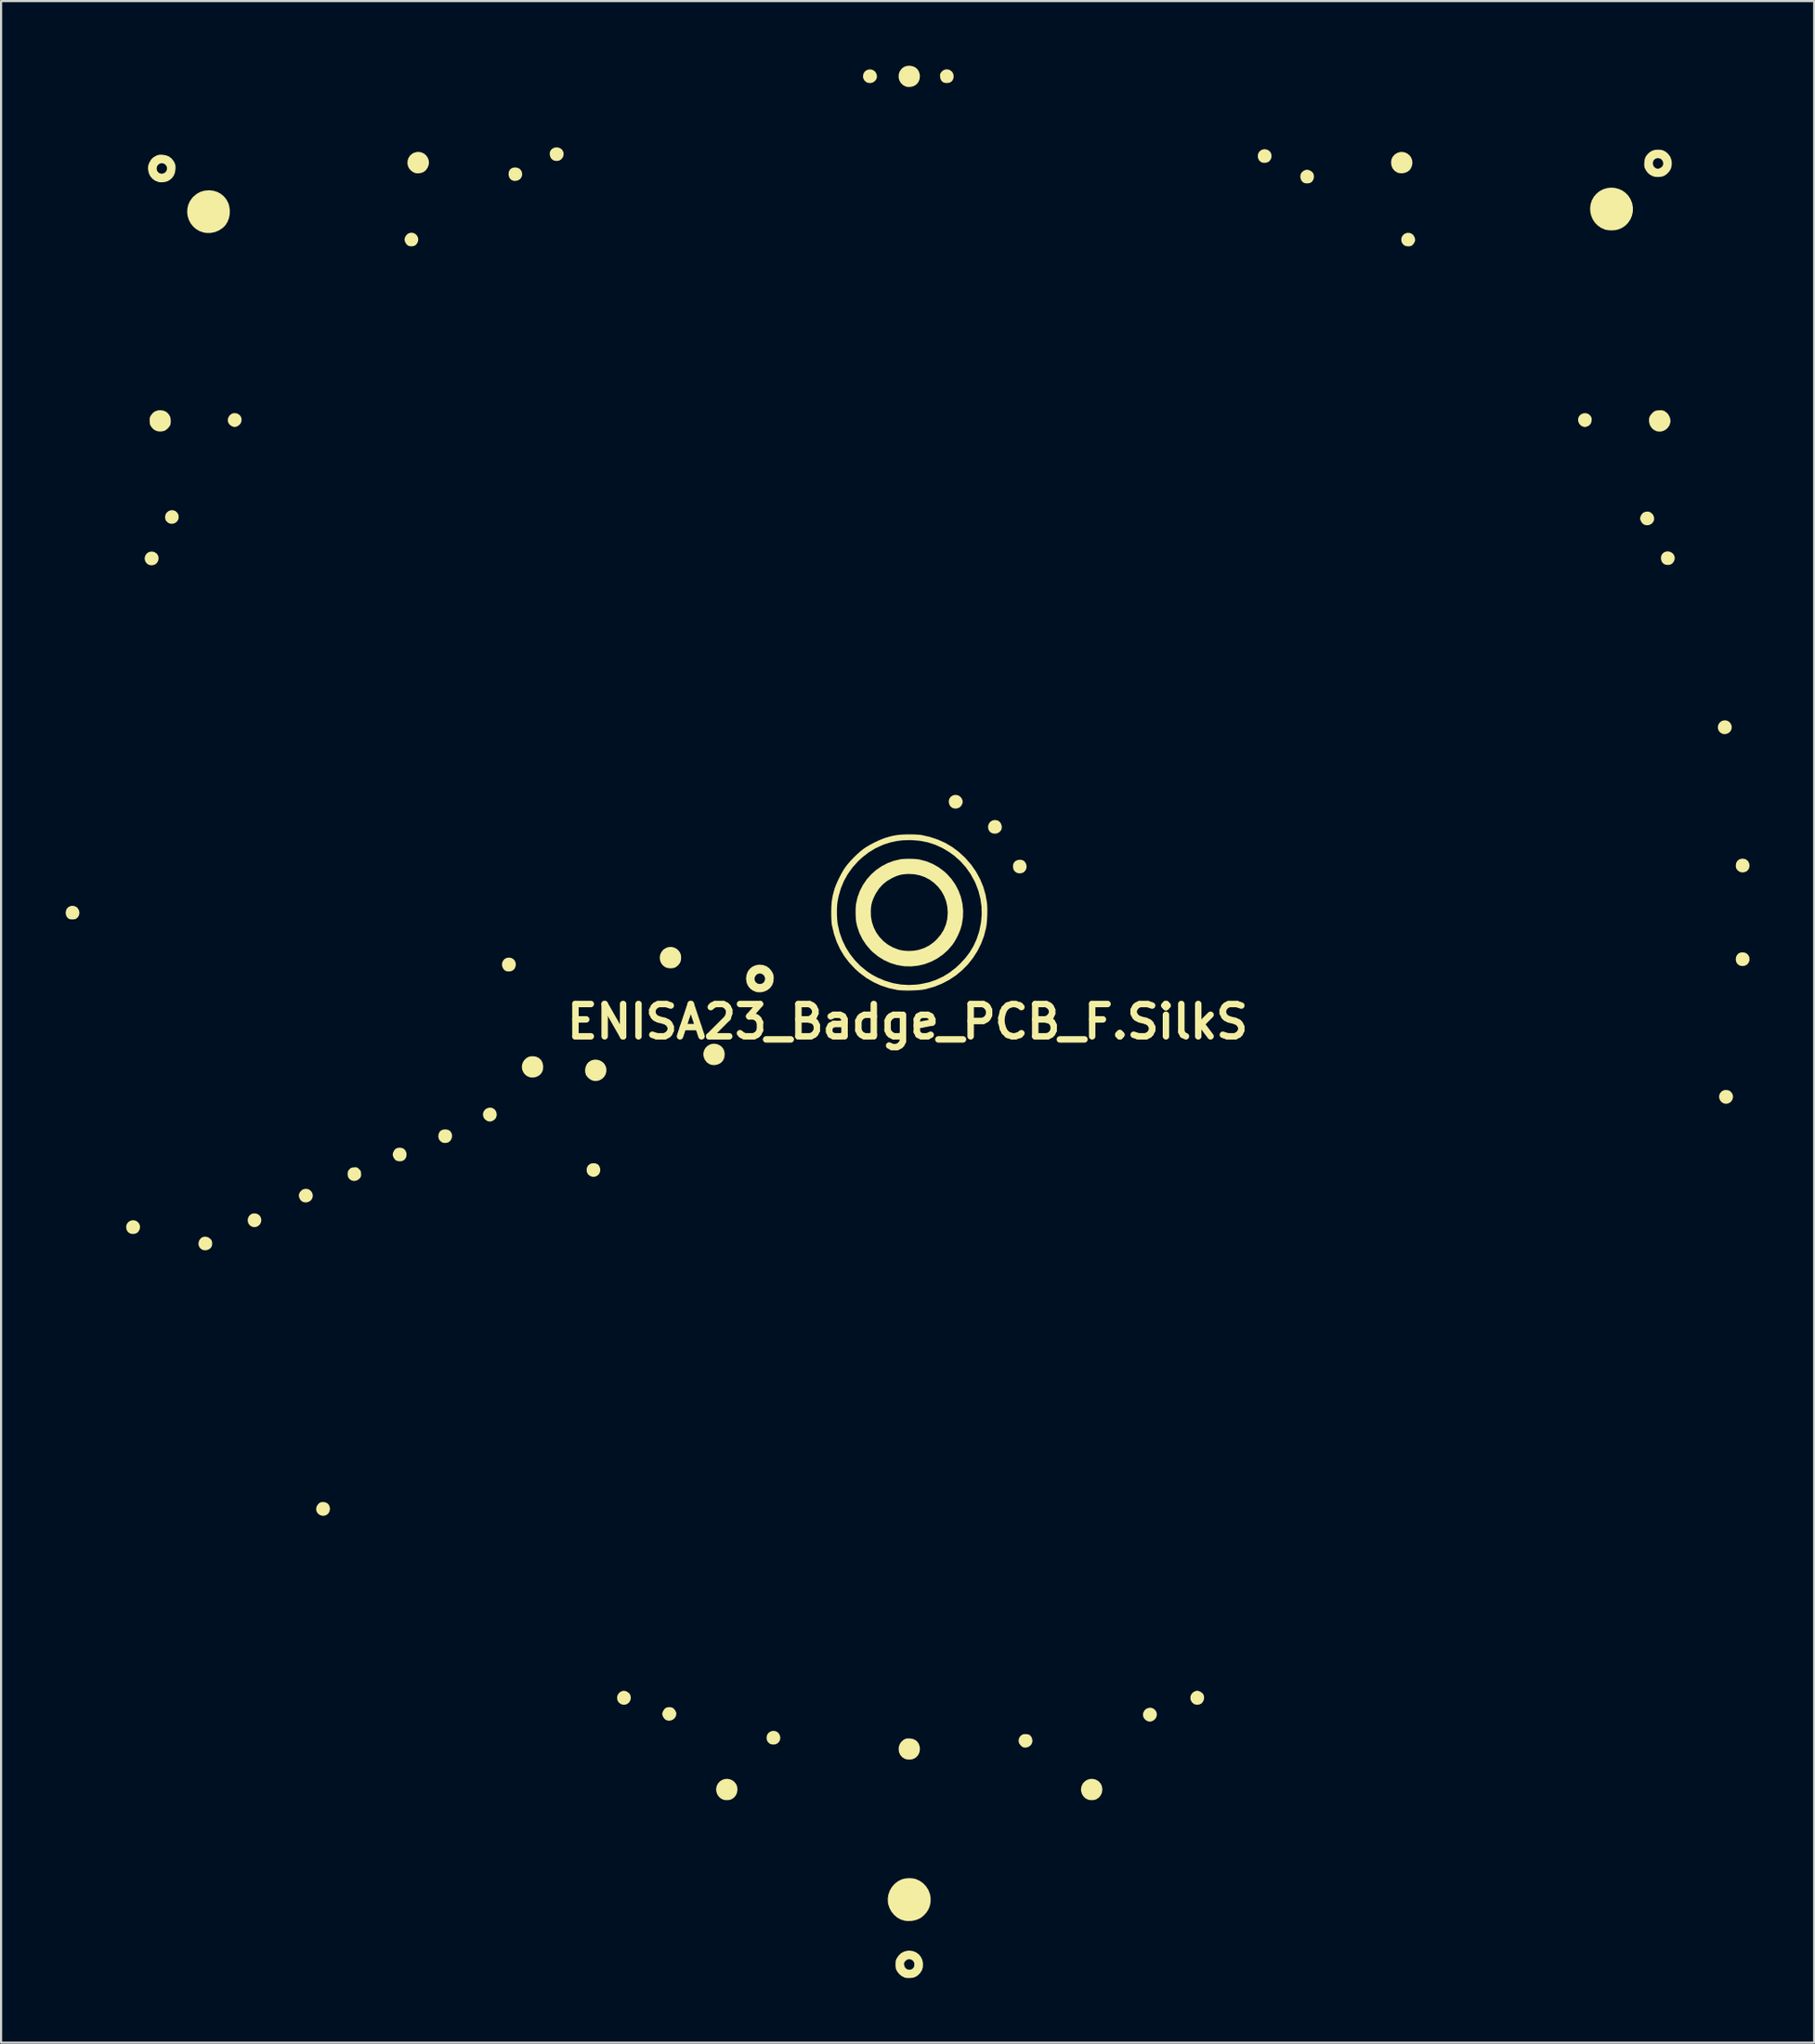
<source format=kicad_pcb>
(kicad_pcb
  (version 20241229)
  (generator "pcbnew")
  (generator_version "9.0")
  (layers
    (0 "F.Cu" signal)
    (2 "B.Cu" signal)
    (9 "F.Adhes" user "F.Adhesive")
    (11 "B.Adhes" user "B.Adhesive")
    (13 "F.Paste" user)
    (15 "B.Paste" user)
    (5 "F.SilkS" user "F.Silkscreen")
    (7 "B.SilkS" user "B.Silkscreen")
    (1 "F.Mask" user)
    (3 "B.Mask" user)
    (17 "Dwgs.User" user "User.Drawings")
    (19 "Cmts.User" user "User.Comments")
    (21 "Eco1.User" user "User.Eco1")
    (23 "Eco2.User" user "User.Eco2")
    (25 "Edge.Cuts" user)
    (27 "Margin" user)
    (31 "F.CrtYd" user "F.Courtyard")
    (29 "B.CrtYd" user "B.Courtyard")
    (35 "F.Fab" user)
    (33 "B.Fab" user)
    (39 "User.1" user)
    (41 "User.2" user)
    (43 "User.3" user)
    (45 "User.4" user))
  (footprint "ENISA23_Badge_PCB_F.SilkS"
    (layer "F.Cu")
    (at 39.106 44.38)
    (property "Reference" "ENISA23_Badge_PCB_F.SilkS" (at 0 0 0) (layer "F.SilkS") (effects (font (size 1.5 1.5) (thickness 0.3))))
    (attr board_only exclude_from_pos_files exclude_from_bom)
    (fp_poly (pts (xy -14.468 6.584) (xy -14.376 6.634) (xy -14.312 6.715) (xy -14.279 6.823) (xy -14.275 6.892) (xy -14.295 7) (xy -14.347 7.089) (xy -14.423 7.155) (xy -14.517 7.194) (xy -14.621 7.201) (xy -14.727 7.172) (xy -14.744 7.163) (xy -14.832 7.098) (xy -14.886 7.011) (xy -14.909 6.909) (xy -14.901 6.795) (xy -14.857 6.699) (xy -14.783 6.625) (xy -14.684 6.58) (xy -14.585 6.567)) (stroke (width 0) (type solid)) (fill yes) (layer "F.SilkS"))
    (fp_poly (pts (xy -35.857 9.236) (xy -35.796 9.269) (xy -35.711 9.348) (xy -35.664 9.444) (xy -35.653 9.533) (xy -35.671 9.645) (xy -35.728 9.742) (xy -35.781 9.795) (xy -35.859 9.836) (xy -35.956 9.853) (xy -36.058 9.846) (xy -36.148 9.813) (xy -36.155 9.809) (xy -36.233 9.738) (xy -36.281 9.64) (xy -36.297 9.528) (xy -36.278 9.422) (xy -36.227 9.334) (xy -36.152 9.268) (xy -36.06 9.227) (xy -35.959 9.215)) (stroke (width 0) (type solid)) (fill yes) (layer "F.SilkS"))
    (fp_poly (pts (xy -34.981 -21.801) (xy -34.891 -21.743) (xy -34.844 -21.691) (xy -34.8 -21.6) (xy -34.79 -21.497) (xy -34.811 -21.395) (xy -34.86 -21.305) (xy -34.935 -21.237) (xy -34.952 -21.228) (xy -35.066 -21.19) (xy -35.181 -21.192) (xy -35.272 -21.224) (xy -35.358 -21.292) (xy -35.414 -21.385) (xy -35.436 -21.494) (xy -35.435 -21.53) (xy -35.407 -21.638) (xy -35.351 -21.724) (xy -35.272 -21.785) (xy -35.179 -21.82) (xy -35.08 -21.826)) (stroke (width 0) (type solid)) (fill yes) (layer "F.SilkS"))
    (fp_poly (pts (xy -34.112 -23.743) (xy -34.02 -23.71) (xy -33.944 -23.652) (xy -33.887 -23.573) (xy -33.857 -23.478) (xy -33.859 -23.375) (xy -33.887 -23.289) (xy -33.949 -23.204) (xy -34.035 -23.145) (xy -34.135 -23.115) (xy -34.239 -23.117) (xy -34.331 -23.152) (xy -34.419 -23.221) (xy -34.47 -23.302) (xy -34.488 -23.403) (xy -34.488 -23.419) (xy -34.47 -23.537) (xy -34.416 -23.632) (xy -34.327 -23.704) (xy -34.319 -23.708) (xy -34.214 -23.744)) (stroke (width 0) (type solid)) (fill yes) (layer "F.SilkS"))
    (fp_poly (pts (xy -32.547 9.987) (xy -32.449 10.03) (xy -32.361 10.106) (xy -32.343 10.129) (xy -32.31 10.204) (xy -32.299 10.297) (xy -32.312 10.393) (xy -32.339 10.462) (xy -32.406 10.538) (xy -32.497 10.588) (xy -32.601 10.611) (xy -32.706 10.604) (xy -32.788 10.571) (xy -32.874 10.497) (xy -32.925 10.402) (xy -32.939 10.295) (xy -32.915 10.183) (xy -32.898 10.146) (xy -32.832 10.057) (xy -32.747 10.001) (xy -32.649 9.977)) (stroke (width 0) (type solid)) (fill yes) (layer "F.SilkS"))
    (fp_poly (pts (xy -30.227 8.916) (xy -30.131 8.967) (xy -30.062 9.047) (xy -30.024 9.151) (xy -30.018 9.215) (xy -30.037 9.324) (xy -30.088 9.414) (xy -30.163 9.483) (xy -30.255 9.525) (xy -30.356 9.536) (xy -30.459 9.512) (xy -30.5 9.491) (xy -30.582 9.42) (xy -30.632 9.333) (xy -30.651 9.238) (xy -30.642 9.141) (xy -30.607 9.052) (xy -30.548 8.976) (xy -30.467 8.922) (xy -30.365 8.898) (xy -30.344 8.897)) (stroke (width 0) (type solid)) (fill yes) (layer "F.SilkS"))
    (fp_poly (pts (xy -21.368 5.012) (xy -21.297 5.041) (xy -21.22 5.11) (xy -21.174 5.2) (xy -21.158 5.3) (xy -21.173 5.403) (xy -21.218 5.499) (xy -21.294 5.578) (xy -21.376 5.616) (xy -21.475 5.63) (xy -21.574 5.619) (xy -21.629 5.597) (xy -21.72 5.526) (xy -21.778 5.433) (xy -21.799 5.324) (xy -21.799 5.323) (xy -21.782 5.206) (xy -21.734 5.109) (xy -21.662 5.042) (xy -21.574 5.009) (xy -21.47 4.999)) (stroke (width 0) (type solid)) (fill yes) (layer "F.SilkS"))
    (fp_poly (pts (xy -16.186 -40.571) (xy -16.093 -40.521) (xy -16.024 -40.446) (xy -15.984 -40.354) (xy -15.977 -40.25) (xy -16.006 -40.143) (xy -16.021 -40.115) (xy -16.093 -40.029) (xy -16.186 -39.975) (xy -16.293 -39.956) (xy -16.405 -39.972) (xy -16.467 -39.998) (xy -16.538 -40.052) (xy -16.589 -40.132) (xy -16.592 -40.138) (xy -16.623 -40.254) (xy -16.617 -40.362) (xy -16.576 -40.455) (xy -16.504 -40.528) (xy -16.406 -40.575) (xy -16.299 -40.589)) (stroke (width 0) (type solid)) (fill yes) (layer "F.SilkS"))
    (fp_poly (pts (xy -6.121 32.938) (xy -6.033 32.987) (xy -5.968 33.059) (xy -5.927 33.147) (xy -5.912 33.242) (xy -5.926 33.339) (xy -5.97 33.428) (xy -6.047 33.503) (xy -6.064 33.514) (xy -6.16 33.55) (xy -6.269 33.555) (xy -6.373 33.53) (xy -6.421 33.504) (xy -6.497 33.431) (xy -6.54 33.334) (xy -6.551 33.223) (xy -6.53 33.118) (xy -6.475 33.029) (xy -6.392 32.963) (xy -6.289 32.926) (xy -6.228 32.92)) (stroke (width 0) (type solid)) (fill yes) (layer "F.SilkS"))
    (fp_poly (pts (xy 2.296 -10.523) (xy 2.392 -10.487) (xy 2.473 -10.42) (xy 2.515 -10.359) (xy 2.553 -10.268) (xy 2.559 -10.187) (xy 2.534 -10.101) (xy 2.516 -10.063) (xy 2.448 -9.975) (xy 2.358 -9.918) (xy 2.251 -9.893) (xy 2.138 -9.905) (xy 2.084 -9.923) (xy 2.005 -9.979) (xy 1.947 -10.063) (xy 1.916 -10.161) (xy 1.914 -10.265) (xy 1.942 -10.359) (xy 2.009 -10.446) (xy 2.096 -10.503) (xy 2.194 -10.528)) (stroke (width 0) (type solid)) (fill yes) (layer "F.SilkS"))
    (fp_poly (pts (xy 4.175 -9.345) (xy 4.266 -9.29) (xy 4.333 -9.205) (xy 4.371 -9.091) (xy 4.375 -9.064) (xy 4.369 -8.96) (xy 4.329 -8.87) (xy 4.261 -8.798) (xy 4.173 -8.75) (xy 4.071 -8.728) (xy 3.962 -8.739) (xy 3.906 -8.758) (xy 3.822 -8.816) (xy 3.765 -8.9) (xy 3.738 -8.999) (xy 3.743 -9.106) (xy 3.775 -9.192) (xy 3.844 -9.284) (xy 3.938 -9.342) (xy 4.053 -9.363) (xy 4.064 -9.363)) (stroke (width 0) (type solid)) (fill yes) (layer "F.SilkS"))
    (fp_poly (pts (xy 16.719 -40.475) (xy 16.735 -40.467) (xy 16.822 -40.403) (xy 16.878 -40.317) (xy 16.904 -40.22) (xy 16.898 -40.119) (xy 16.862 -40.023) (xy 16.793 -39.941) (xy 16.752 -39.911) (xy 16.666 -39.879) (xy 16.567 -39.869) (xy 16.471 -39.883) (xy 16.409 -39.91) (xy 16.325 -39.988) (xy 16.277 -40.089) (xy 16.265 -40.189) (xy 16.283 -40.298) (xy 16.335 -40.388) (xy 16.411 -40.455) (xy 16.506 -40.495) (xy 16.61 -40.503)) (stroke (width 0) (type solid)) (fill yes) (layer "F.SilkS"))
    (fp_poly (pts (xy 35.439 -21.805) (xy 35.461 -21.795) (xy 35.552 -21.727) (xy 35.609 -21.639) (xy 35.633 -21.54) (xy 35.621 -21.438) (xy 35.575 -21.339) (xy 35.504 -21.261) (xy 35.427 -21.22) (xy 35.329 -21.203) (xy 35.228 -21.211) (xy 35.137 -21.243) (xy 35.13 -21.247) (xy 35.053 -21.318) (xy 35.005 -21.416) (xy 34.989 -21.529) (xy 35.007 -21.635) (xy 35.058 -21.723) (xy 35.134 -21.789) (xy 35.227 -21.827) (xy 35.332 -21.834)) (stroke (width 0) (type solid)) (fill yes) (layer "F.SilkS"))
    (fp_poly (pts (xy 38.038 -13.983) (xy 38.128 -13.944) (xy 38.202 -13.88) (xy 38.254 -13.796) (xy 38.279 -13.7) (xy 38.272 -13.596) (xy 38.241 -13.515) (xy 38.175 -13.434) (xy 38.084 -13.378) (xy 37.98 -13.351) (xy 37.873 -13.358) (xy 37.835 -13.37) (xy 37.74 -13.427) (xy 37.674 -13.507) (xy 37.639 -13.6) (xy 37.634 -13.699) (xy 37.659 -13.796) (xy 37.714 -13.882) (xy 37.8 -13.95) (xy 37.829 -13.965) (xy 37.936 -13.992)) (stroke (width 0) (type solid)) (fill yes) (layer "F.SilkS"))
    (fp_poly (pts (xy -31.18 -28.244) (xy -31.114 -28.222) (xy -31.024 -28.162) (xy -30.965 -28.081) (xy -30.937 -27.988) (xy -30.938 -27.889) (xy -30.969 -27.795) (xy -31.03 -27.711) (xy -31.12 -27.648) (xy -31.128 -27.644) (xy -31.208 -27.613) (xy -31.274 -27.607) (xy -31.344 -27.626) (xy -31.389 -27.645) (xy -31.483 -27.708) (xy -31.546 -27.795) (xy -31.575 -27.896) (xy -31.565 -28.004) (xy -31.548 -28.053) (xy -31.483 -28.154) (xy -31.396 -28.222) (xy -31.293 -28.252)) (stroke (width 0) (type solid)) (fill yes) (layer "F.SilkS"))
    (fp_poly (pts (xy -27.865 7.767) (xy -27.774 7.807) (xy -27.701 7.873) (xy -27.65 7.956) (xy -27.627 8.053) (xy -27.638 8.158) (xy -27.661 8.219) (xy -27.726 8.304) (xy -27.815 8.361) (xy -27.918 8.39) (xy -28.024 8.386) (xy -28.124 8.348) (xy -28.134 8.341) (xy -28.203 8.273) (xy -28.252 8.183) (xy -28.275 8.085) (xy -28.272 8.021) (xy -28.237 7.931) (xy -28.172 7.848) (xy -28.09 7.789) (xy -28.076 7.782) (xy -27.968 7.756)) (stroke (width 0) (type solid)) (fill yes) (layer "F.SilkS"))
    (fp_poly (pts (xy -27.03 22.315) (xy -26.936 22.367) (xy -26.87 22.448) (xy -26.834 22.555) (xy -26.83 22.614) (xy -26.849 22.727) (xy -26.899 22.82) (xy -26.976 22.889) (xy -27.07 22.929) (xy -27.175 22.937) (xy -27.284 22.908) (xy -27.298 22.901) (xy -27.389 22.834) (xy -27.447 22.748) (xy -27.472 22.65) (xy -27.463 22.547) (xy -27.42 22.448) (xy -27.343 22.359) (xy -27.32 22.34) (xy -27.257 22.309) (xy -27.173 22.297) (xy -27.148 22.296)) (stroke (width 0) (type solid)) (fill yes) (layer "F.SilkS"))
    (fp_poly (pts (xy -19.336 3.994) (xy -19.24 4.029) (xy -19.162 4.094) (xy -19.107 4.185) (xy -19.084 4.296) (xy -19.084 4.314) (xy -19.102 4.426) (xy -19.157 4.518) (xy -19.249 4.588) (xy -19.256 4.592) (xy -19.349 4.629) (xy -19.43 4.635) (xy -19.514 4.61) (xy -19.553 4.591) (xy -19.641 4.523) (xy -19.698 4.436) (xy -19.723 4.338) (xy -19.716 4.238) (xy -19.677 4.144) (xy -19.606 4.064) (xy -19.552 4.029) (xy -19.442 3.992)) (stroke (width 0) (type solid)) (fill yes) (layer "F.SilkS"))
    (fp_poly (pts (xy -18.112 -39.64) (xy -18.024 -39.595) (xy -17.959 -39.528) (xy -17.918 -39.446) (xy -17.902 -39.357) (xy -17.912 -39.266) (xy -17.947 -39.181) (xy -18.008 -39.109) (xy -18.095 -39.057) (xy -18.188 -39.034) (xy -18.26 -39.032) (xy -18.325 -39.04) (xy -18.332 -39.042) (xy -18.427 -39.093) (xy -18.493 -39.173) (xy -18.53 -39.279) (xy -18.536 -39.354) (xy -18.519 -39.47) (xy -18.468 -39.56) (xy -18.388 -39.623) (xy -18.28 -39.654) (xy -18.225 -39.657)) (stroke (width 0) (type solid)) (fill yes) (layer "F.SilkS"))
    (fp_poly (pts (xy -13.068 31.085) (xy -13.028 31.104) (xy -12.934 31.172) (xy -12.877 31.261) (xy -12.856 31.373) (xy -12.855 31.385) (xy -12.874 31.495) (xy -12.925 31.588) (xy -13 31.657) (xy -13.093 31.7) (xy -13.196 31.71) (xy -13.301 31.685) (xy -13.328 31.671) (xy -13.415 31.603) (xy -13.47 31.515) (xy -13.494 31.416) (xy -13.487 31.314) (xy -13.448 31.219) (xy -13.378 31.14) (xy -13.325 31.104) (xy -13.234 31.067) (xy -13.154 31.06)) (stroke (width 0) (type solid)) (fill yes) (layer "F.SilkS"))
    (fp_poly (pts (xy -1.686 -44.203) (xy -1.591 -44.169) (xy -1.511 -44.107) (xy -1.465 -44.038) (xy -1.427 -43.933) (xy -1.425 -43.839) (xy -1.458 -43.746) (xy -1.459 -43.745) (xy -1.526 -43.659) (xy -1.617 -43.601) (xy -1.721 -43.574) (xy -1.828 -43.581) (xy -1.929 -43.623) (xy -1.93 -43.624) (xy -2.013 -43.703) (xy -2.061 -43.8) (xy -2.072 -43.909) (xy -2.044 -44.021) (xy -2.033 -44.043) (xy -1.969 -44.127) (xy -1.884 -44.181) (xy -1.787 -44.207)) (stroke (width 0) (type solid)) (fill yes) (layer "F.SilkS"))
    (fp_poly (pts (xy 5.339 -7.499) (xy 5.415 -7.455) (xy 5.486 -7.365) (xy 5.522 -7.262) (xy 5.525 -7.157) (xy 5.494 -7.056) (xy 5.431 -6.97) (xy 5.376 -6.927) (xy 5.287 -6.894) (xy 5.185 -6.887) (xy 5.089 -6.906) (xy 5.052 -6.924) (xy 4.972 -6.984) (xy 4.925 -7.051) (xy 4.902 -7.138) (xy 4.898 -7.175) (xy 4.901 -7.29) (xy 4.935 -7.38) (xy 5.003 -7.451) (xy 5.046 -7.478) (xy 5.14 -7.512) (xy 5.243 -7.519)) (stroke (width 0) (type solid)) (fill yes) (layer "F.SilkS"))
    (fp_poly (pts (xy 11.336 31.852) (xy 11.436 31.898) (xy 11.507 31.964) (xy 11.562 32.058) (xy 11.579 32.16) (xy 11.562 32.262) (xy 11.512 32.355) (xy 11.432 32.43) (xy 11.398 32.449) (xy 11.318 32.483) (xy 11.25 32.493) (xy 11.175 32.48) (xy 11.156 32.475) (xy 11.074 32.432) (xy 11 32.361) (xy 10.961 32.302) (xy 10.933 32.205) (xy 10.94 32.103) (xy 10.979 32.006) (xy 11.046 31.926) (xy 11.111 31.882) (xy 11.227 31.846)) (stroke (width 0) (type solid)) (fill yes) (layer "F.SilkS"))
    (fp_poly (pts (xy 18.643 -39.534) (xy 18.735 -39.49) (xy 18.809 -39.429) (xy 18.834 -39.397) (xy 18.87 -39.301) (xy 18.873 -39.197) (xy 18.848 -39.095) (xy 18.795 -39.008) (xy 18.738 -38.958) (xy 18.654 -38.926) (xy 18.554 -38.915) (xy 18.455 -38.926) (xy 18.378 -38.957) (xy 18.305 -39.029) (xy 18.258 -39.123) (xy 18.24 -39.227) (xy 18.253 -39.33) (xy 18.287 -39.403) (xy 18.359 -39.478) (xy 18.451 -39.53) (xy 18.548 -39.551) (xy 18.553 -39.551)) (stroke (width 0) (type solid)) (fill yes) (layer "F.SilkS"))
    (fp_poly (pts (xy 34.419 -23.679) (xy 34.519 -23.638) (xy 34.604 -23.559) (xy 34.63 -23.521) (xy 34.671 -23.419) (xy 34.675 -23.319) (xy 34.648 -23.228) (xy 34.594 -23.15) (xy 34.518 -23.091) (xy 34.427 -23.055) (xy 34.324 -23.047) (xy 34.216 -23.074) (xy 34.191 -23.086) (xy 34.129 -23.135) (xy 34.074 -23.21) (xy 34.035 -23.295) (xy 34.022 -23.364) (xy 34.04 -23.451) (xy 34.085 -23.54) (xy 34.149 -23.613) (xy 34.193 -23.642) (xy 34.308 -23.681)) (stroke (width 0) (type solid)) (fill yes) (layer "F.SilkS"))
    (fp_poly (pts (xy 38.898 -7.553) (xy 38.984 -7.504) (xy 39.049 -7.433) (xy 39.09 -7.345) (xy 39.105 -7.25) (xy 39.094 -7.155) (xy 39.054 -7.066) (xy 38.983 -6.993) (xy 38.936 -6.964) (xy 38.832 -6.932) (xy 38.725 -6.933) (xy 38.629 -6.968) (xy 38.619 -6.975) (xy 38.534 -7.046) (xy 38.485 -7.123) (xy 38.467 -7.216) (xy 38.466 -7.242) (xy 38.484 -7.362) (xy 38.535 -7.459) (xy 38.616 -7.528) (xy 38.722 -7.565) (xy 38.792 -7.571)) (stroke (width 0) (type solid)) (fill yes) (layer "F.SilkS"))
    (fp_poly (pts (xy -38.68 -5.363) (xy -38.591 -5.314) (xy -38.525 -5.241) (xy -38.483 -5.153) (xy -38.467 -5.056) (xy -38.481 -4.959) (xy -38.525 -4.868) (xy -38.603 -4.791) (xy -38.611 -4.785) (xy -38.68 -4.759) (xy -38.771 -4.747) (xy -38.866 -4.751) (xy -38.946 -4.77) (xy -38.961 -4.778) (xy -39.035 -4.84) (xy -39.085 -4.931) (xy -39.106 -5.038) (xy -39.106 -5.055) (xy -39.088 -5.171) (xy -39.036 -5.267) (xy -38.956 -5.337) (xy -38.852 -5.375) (xy -38.788 -5.381)) (stroke (width 0) (type solid)) (fill yes) (layer "F.SilkS"))
    (fp_poly (pts (xy -23.46 5.87) (xy -23.416 5.891) (xy -23.335 5.965) (xy -23.287 6.064) (xy -23.273 6.176) (xy -23.291 6.289) (xy -23.344 6.382) (xy -23.428 6.449) (xy -23.43 6.451) (xy -23.518 6.477) (xy -23.621 6.48) (xy -23.719 6.461) (xy -23.765 6.44) (xy -23.825 6.384) (xy -23.876 6.304) (xy -23.909 6.217) (xy -23.916 6.165) (xy -23.9 6.083) (xy -23.86 5.996) (xy -23.804 5.922) (xy -23.765 5.89) (xy -23.671 5.854) (xy -23.563 5.848)) (stroke (width 0) (type solid)) (fill yes) (layer "F.SilkS"))
    (fp_poly (pts (xy -22.987 -36.622) (xy -22.89 -36.588) (xy -22.878 -36.58) (xy -22.792 -36.499) (xy -22.741 -36.403) (xy -22.728 -36.299) (xy -22.751 -36.193) (xy -22.811 -36.093) (xy -22.846 -36.057) (xy -22.916 -36.016) (xy -23.008 -35.996) (xy -23.106 -35.997) (xy -23.192 -36.022) (xy -23.212 -36.033) (xy -23.279 -36.095) (xy -23.333 -36.182) (xy -23.363 -36.276) (xy -23.366 -36.314) (xy -23.348 -36.403) (xy -23.3 -36.491) (xy -23.234 -36.563) (xy -23.197 -36.588) (xy -23.094 -36.623)) (stroke (width 0) (type solid)) (fill yes) (layer "F.SilkS"))
    (fp_poly (pts (xy -18.449 -2.969) (xy -18.36 -2.937) (xy -18.285 -2.882) (xy -18.229 -2.802) (xy -18.2 -2.701) (xy -18.198 -2.659) (xy -18.216 -2.542) (xy -18.267 -2.445) (xy -18.345 -2.376) (xy -18.447 -2.337) (xy -18.515 -2.332) (xy -18.584 -2.336) (xy -18.64 -2.346) (xy -18.653 -2.35) (xy -18.738 -2.406) (xy -18.801 -2.491) (xy -18.836 -2.592) (xy -18.839 -2.699) (xy -18.832 -2.736) (xy -18.787 -2.838) (xy -18.719 -2.911) (xy -18.635 -2.957) (xy -18.543 -2.976)) (stroke (width 0) (type solid)) (fill yes) (layer "F.SilkS"))
    (fp_poly (pts (xy -10.937 31.84) (xy -10.904 31.855) (xy -10.839 31.911) (xy -10.784 31.99) (xy -10.748 32.074) (xy -10.741 32.125) (xy -10.759 32.231) (xy -10.811 32.321) (xy -10.888 32.391) (xy -10.981 32.436) (xy -11.084 32.452) (xy -11.189 32.432) (xy -11.227 32.415) (xy -11.291 32.363) (xy -11.347 32.287) (xy -11.385 32.203) (xy -11.397 32.138) (xy -11.382 32.061) (xy -11.342 31.977) (xy -11.288 31.902) (xy -11.233 31.855) (xy -11.141 31.823) (xy -11.036 31.818)) (stroke (width 0) (type solid)) (fill yes) (layer "F.SilkS"))
    (fp_poly (pts (xy 13.527 31.072) (xy 13.612 31.111) (xy 13.687 31.165) (xy 13.734 31.22) (xy 13.77 31.322) (xy 13.77 31.431) (xy 13.737 31.537) (xy 13.673 31.626) (xy 13.639 31.655) (xy 13.557 31.694) (xy 13.458 31.708) (xy 13.359 31.697) (xy 13.304 31.675) (xy 13.216 31.606) (xy 13.159 31.517) (xy 13.134 31.418) (xy 13.14 31.317) (xy 13.179 31.222) (xy 13.248 31.141) (xy 13.304 31.104) (xy 13.371 31.075) (xy 13.432 31.058) (xy 13.451 31.056)) (stroke (width 0) (type solid)) (fill yes) (layer "F.SilkS"))
    (fp_poly (pts (xy 38.9 -3.201) (xy 38.953 -3.178) (xy 39.037 -3.106) (xy 39.087 -3.018) (xy 39.107 -2.923) (xy 39.097 -2.827) (xy 39.061 -2.737) (xy 38.999 -2.662) (xy 38.915 -2.609) (xy 38.81 -2.586) (xy 38.788 -2.585) (xy 38.711 -2.593) (xy 38.639 -2.613) (xy 38.624 -2.619) (xy 38.545 -2.68) (xy 38.492 -2.764) (xy 38.468 -2.861) (xy 38.471 -2.963) (xy 38.502 -3.059) (xy 38.561 -3.141) (xy 38.616 -3.183) (xy 38.701 -3.213) (xy 38.802 -3.219)) (stroke (width 0) (type solid)) (fill yes) (layer "F.SilkS"))
    (fp_poly (pts (xy 1.912 -44.197) (xy 2 -44.156) (xy 2.072 -44.09) (xy 2.121 -44) (xy 2.139 -43.889) (xy 2.139 -43.885) (xy 2.123 -43.771) (xy 2.072 -43.679) (xy 1.999 -43.616) (xy 1.929 -43.589) (xy 1.838 -43.577) (xy 1.745 -43.581) (xy 1.668 -43.602) (xy 1.652 -43.61) (xy 1.573 -43.679) (xy 1.526 -43.77) (xy 1.509 -43.872) (xy 1.507 -43.95) (xy 1.519 -44.007) (xy 1.549 -44.062) (xy 1.55 -44.063) (xy 1.627 -44.146) (xy 1.718 -44.195) (xy 1.816 -44.211)) (stroke (width 0) (type solid)) (fill yes) (layer "F.SilkS"))
    (fp_poly (pts (xy 5.577 33.078) (xy 5.65 33.101) (xy 5.659 33.105) (xy 5.706 33.147) (xy 5.752 33.209) (xy 5.765 33.234) (xy 5.797 33.342) (xy 5.792 33.445) (xy 5.754 33.539) (xy 5.689 33.615) (xy 5.602 33.67) (xy 5.497 33.697) (xy 5.384 33.69) (xy 5.326 33.662) (xy 5.262 33.607) (xy 5.206 33.538) (xy 5.168 33.469) (xy 5.16 33.443) (xy 5.158 33.326) (xy 5.195 33.221) (xy 5.267 33.135) (xy 5.332 33.093) (xy 5.399 33.074) (xy 5.488 33.069)) (stroke (width 0) (type solid)) (fill yes) (layer "F.SilkS"))
    (fp_poly (pts (xy 23.331 -36.614) (xy 23.427 -36.571) (xy 23.505 -36.497) (xy 23.555 -36.398) (xy 23.569 -36.342) (xy 23.574 -36.276) (xy 23.562 -36.22) (xy 23.528 -36.154) (xy 23.527 -36.152) (xy 23.482 -36.089) (xy 23.431 -36.039) (xy 23.409 -36.024) (xy 23.319 -35.996) (xy 23.216 -35.994) (xy 23.119 -36.015) (xy 23.07 -36.04) (xy 22.988 -36.117) (xy 22.942 -36.208) (xy 22.928 -36.306) (xy 22.944 -36.402) (xy 22.989 -36.489) (xy 23.06 -36.561) (xy 23.157 -36.608) (xy 23.223 -36.622)) (stroke (width 0) (type solid)) (fill yes) (layer "F.SilkS"))
    (fp_poly (pts (xy 31.56 -28.237) (xy 31.649 -28.193) (xy 31.724 -28.117) (xy 31.735 -28.1) (xy 31.764 -28.039) (xy 31.775 -27.975) (xy 31.772 -27.913) (xy 31.749 -27.802) (xy 31.698 -27.719) (xy 31.613 -27.655) (xy 31.595 -27.646) (xy 31.517 -27.614) (xy 31.451 -27.607) (xy 31.372 -27.623) (xy 31.366 -27.625) (xy 31.272 -27.674) (xy 31.199 -27.753) (xy 31.153 -27.853) (xy 31.141 -27.944) (xy 31.159 -28.049) (xy 31.208 -28.134) (xy 31.28 -28.198) (xy 31.367 -28.237) (xy 31.463 -28.251)) (stroke (width 0) (type solid)) (fill yes) (layer "F.SilkS"))
    (fp_poly (pts (xy 38.12 3.181) (xy 38.204 3.223) (xy 38.279 3.3) (xy 38.286 3.308) (xy 38.329 3.399) (xy 38.339 3.501) (xy 38.316 3.601) (xy 38.265 3.691) (xy 38.187 3.758) (xy 38.166 3.77) (xy 38.064 3.806) (xy 37.97 3.807) (xy 37.87 3.773) (xy 37.863 3.769) (xy 37.78 3.707) (xy 37.723 3.621) (xy 37.694 3.521) (xy 37.697 3.419) (xy 37.733 3.325) (xy 37.745 3.308) (xy 37.82 3.228) (xy 37.903 3.183) (xy 38.005 3.169) (xy 38.015 3.169)) (stroke (width 0) (type solid)) (fill yes) (layer "F.SilkS"))
    (fp_poly (pts (xy 0.221 -44.361) (xy 0.348 -44.308) (xy 0.45 -44.223) (xy 0.523 -44.112) (xy 0.564 -43.978) (xy 0.572 -43.888) (xy 0.553 -43.742) (xy 0.499 -43.615) (xy 0.411 -43.512) (xy 0.311 -43.446) (xy 0.213 -43.411) (xy 0.099 -43.394) (xy -0.012 -43.396) (xy -0.087 -43.413) (xy -0.217 -43.483) (xy -0.318 -43.581) (xy -0.386 -43.703) (xy -0.417 -43.828) (xy -0.414 -43.973) (xy -0.371 -44.108) (xy -0.301 -44.214) (xy -0.2 -44.305) (xy -0.083 -44.36) (xy 0.055 -44.38) (xy 0.074 -44.38)) (stroke (width 0) (type solid)) (fill yes) (layer "F.SilkS"))
    (fp_poly (pts (xy -17.266 1.621) (xy -17.14 1.675) (xy -17.041 1.759) (xy -16.97 1.872) (xy -16.932 2.009) (xy -16.926 2.097) (xy -16.937 2.226) (xy -16.974 2.332) (xy -17.04 2.429) (xy -17.131 2.507) (xy -17.247 2.563) (xy -17.374 2.592) (xy -17.5 2.59) (xy -17.519 2.586) (xy -17.65 2.54) (xy -17.757 2.464) (xy -17.839 2.364) (xy -17.893 2.249) (xy -17.916 2.124) (xy -17.907 1.996) (xy -17.863 1.872) (xy -17.801 1.78) (xy -17.699 1.684) (xy -17.587 1.626) (xy -17.457 1.603) (xy -17.414 1.602)) (stroke (width 0) (type solid)) (fill yes) (layer "F.SilkS"))
    (fp_poly (pts (xy -14.348 1.781) (xy -14.232 1.83) (xy -14.131 1.906) (xy -14.052 2.006) (xy -14.003 2.127) (xy -13.993 2.178) (xy -13.993 2.318) (xy -14.028 2.446) (xy -14.094 2.558) (xy -14.185 2.649) (xy -14.295 2.714) (xy -14.419 2.75) (xy -14.551 2.751) (xy -14.657 2.725) (xy -14.75 2.675) (xy -14.841 2.6) (xy -14.914 2.513) (xy -14.935 2.478) (xy -14.973 2.36) (xy -14.979 2.229) (xy -14.955 2.098) (xy -14.902 1.978) (xy -14.833 1.89) (xy -14.722 1.812) (xy -14.6 1.769) (xy -14.473 1.76)) (stroke (width 0) (type solid)) (fill yes) (layer "F.SilkS"))
    (fp_poly (pts (xy -8.804 1.056) (xy -8.683 1.124) (xy -8.648 1.152) (xy -8.565 1.248) (xy -8.515 1.364) (xy -8.496 1.504) (xy -8.496 1.525) (xy -8.514 1.671) (xy -8.568 1.795) (xy -8.658 1.896) (xy -8.734 1.948) (xy -8.861 1.999) (xy -8.998 2.016) (xy -9.132 1.997) (xy -9.217 1.963) (xy -9.329 1.882) (xy -9.414 1.773) (xy -9.468 1.645) (xy -9.487 1.508) (xy -9.483 1.458) (xy -9.449 1.322) (xy -9.383 1.209) (xy -9.292 1.12) (xy -9.182 1.058) (xy -9.06 1.025) (xy -8.932 1.024)) (stroke (width 0) (type solid)) (fill yes) (layer "F.SilkS"))
    (fp_poly (pts (xy -22.574 -40.353) (xy -22.464 -40.3) (xy -22.37 -40.222) (xy -22.298 -40.125) (xy -22.25 -40.013) (xy -22.233 -39.89) (xy -22.248 -39.761) (xy -22.3 -39.634) (xy -22.385 -39.519) (xy -22.49 -39.441) (xy -22.618 -39.397) (xy -22.707 -39.386) (xy -22.795 -39.385) (xy -22.861 -39.395) (xy -22.928 -39.42) (xy -22.96 -39.436) (xy -23.074 -39.515) (xy -23.158 -39.616) (xy -23.21 -39.731) (xy -23.231 -39.855) (xy -23.222 -39.981) (xy -23.181 -40.1) (xy -23.11 -40.207) (xy -23.008 -40.295) (xy -22.959 -40.323) (xy -22.826 -40.369) (xy -22.696 -40.378)) (stroke (width 0) (type solid)) (fill yes) (layer "F.SilkS"))
    (fp_poly (pts (xy -8.237 35.172) (xy -8.115 35.233) (xy -8.069 35.268) (xy -7.978 35.369) (xy -7.923 35.485) (xy -7.903 35.624) (xy -7.903 35.643) (xy -7.922 35.787) (xy -7.977 35.915) (xy -8.064 36.02) (xy -8.18 36.098) (xy -8.203 36.108) (xy -8.294 36.131) (xy -8.403 36.138) (xy -8.512 36.128) (xy -8.575 36.112) (xy -8.693 36.048) (xy -8.789 35.953) (xy -8.856 35.835) (xy -8.891 35.703) (xy -8.893 35.611) (xy -8.865 35.474) (xy -8.804 35.357) (xy -8.717 35.264) (xy -8.61 35.196) (xy -8.491 35.156) (xy -8.364 35.148)) (stroke (width 0) (type solid)) (fill yes) (layer "F.SilkS"))
    (fp_poly (pts (xy 0.224 33.289) (xy 0.351 33.341) (xy 0.453 33.424) (xy 0.525 33.534) (xy 0.565 33.668) (xy 0.572 33.762) (xy 0.552 33.909) (xy 0.496 34.037) (xy 0.405 34.141) (xy 0.3 34.211) (xy 0.199 34.244) (xy 0.079 34.255) (xy -0.042 34.244) (xy -0.139 34.215) (xy -0.252 34.143) (xy -0.336 34.046) (xy -0.391 33.933) (xy -0.416 33.809) (xy -0.411 33.682) (xy -0.376 33.56) (xy -0.31 33.448) (xy -0.212 33.355) (xy -0.181 33.334) (xy -0.118 33.299) (xy -0.062 33.279) (xy 0.006 33.272) (xy 0.072 33.271)) (stroke (width 0) (type solid)) (fill yes) (layer "F.SilkS"))
    (fp_poly (pts (xy 8.711 35.172) (xy 8.832 35.233) (xy 8.878 35.268) (xy 8.97 35.369) (xy 9.024 35.485) (xy 9.045 35.624) (xy 9.045 35.643) (xy 9.026 35.787) (xy 8.97 35.915) (xy 8.883 36.02) (xy 8.767 36.098) (xy 8.745 36.108) (xy 8.654 36.131) (xy 8.544 36.138) (xy 8.436 36.128) (xy 8.373 36.112) (xy 8.254 36.048) (xy 8.159 35.953) (xy 8.091 35.835) (xy 8.056 35.703) (xy 8.054 35.611) (xy 8.083 35.474) (xy 8.144 35.357) (xy 8.231 35.264) (xy 8.337 35.196) (xy 8.457 35.156) (xy 8.583 35.148)) (stroke (width 0) (type solid)) (fill yes) (layer "F.SilkS"))
    (fp_poly (pts (xy 23.113 -40.349) (xy 23.223 -40.294) (xy 23.318 -40.215) (xy 23.39 -40.114) (xy 23.435 -39.994) (xy 23.447 -39.859) (xy 23.444 -39.823) (xy 23.415 -39.704) (xy 23.363 -39.595) (xy 23.3 -39.515) (xy 23.195 -39.444) (xy 23.071 -39.4) (xy 22.938 -39.384) (xy 22.81 -39.398) (xy 22.741 -39.422) (xy 22.621 -39.499) (xy 22.532 -39.605) (xy 22.476 -39.732) (xy 22.456 -39.878) (xy 22.456 -39.884) (xy 22.473 -40.025) (xy 22.526 -40.145) (xy 22.617 -40.249) (xy 22.626 -40.257) (xy 22.743 -40.332) (xy 22.867 -40.371) (xy 22.992 -40.375)) (stroke (width 0) (type solid)) (fill yes) (layer "F.SilkS"))
    (fp_poly (pts (xy -10.83 -3.437) (xy -10.714 -3.373) (xy -10.617 -3.278) (xy -10.559 -3.185) (xy -10.528 -3.085) (xy -10.519 -2.966) (xy -10.531 -2.846) (xy -10.565 -2.744) (xy -10.566 -2.741) (xy -10.642 -2.635) (xy -10.744 -2.548) (xy -10.819 -2.507) (xy -10.918 -2.483) (xy -11.034 -2.478) (xy -11.151 -2.493) (xy -11.248 -2.527) (xy -11.251 -2.528) (xy -11.363 -2.609) (xy -11.444 -2.713) (xy -11.494 -2.832) (xy -11.512 -2.96) (xy -11.498 -3.089) (xy -11.449 -3.212) (xy -11.366 -3.322) (xy -11.335 -3.352) (xy -11.216 -3.428) (xy -11.088 -3.466) (xy -10.957 -3.469)) (stroke (width 0) (type solid)) (fill yes) (layer "F.SilkS"))
    (fp_poly (pts (xy -25.585 6.763) (xy -25.546 6.782) (xy -25.501 6.82) (xy -25.483 6.837) (xy -25.431 6.889) (xy -25.402 6.934) (xy -25.389 6.989) (xy -25.384 7.046) (xy -25.382 7.125) (xy -25.391 7.181) (xy -25.416 7.231) (xy -25.425 7.245) (xy -25.501 7.324) (xy -25.597 7.374) (xy -25.702 7.393) (xy -25.806 7.377) (xy -25.861 7.351) (xy -25.946 7.281) (xy -25.995 7.192) (xy -26.01 7.081) (xy -26.009 7.048) (xy -26.001 6.972) (xy -25.983 6.92) (xy -25.947 6.873) (xy -25.924 6.848) (xy -25.876 6.805) (xy -25.833 6.78) (xy -25.777 6.768) (xy -25.71 6.762) (xy -25.634 6.758)) (stroke (width 0) (type solid)) (fill yes) (layer "F.SilkS"))
    (fp_poly (pts (xy 35.064 -28.379) (xy 35.118 -28.362) (xy 35.166 -28.339) (xy 35.271 -28.262) (xy 35.354 -28.157) (xy 35.41 -28.036) (xy 35.434 -27.908) (xy 35.428 -27.817) (xy 35.385 -27.684) (xy 35.31 -27.571) (xy 35.211 -27.483) (xy 35.094 -27.422) (xy 34.965 -27.394) (xy 34.832 -27.402) (xy 34.766 -27.42) (xy 34.642 -27.487) (xy 34.544 -27.583) (xy 34.475 -27.704) (xy 34.441 -27.844) (xy 34.438 -27.903) (xy 34.44 -27.989) (xy 34.453 -28.053) (xy 34.481 -28.114) (xy 34.5 -28.146) (xy 34.555 -28.219) (xy 34.623 -28.287) (xy 34.654 -28.312) (xy 34.709 -28.347) (xy 34.762 -28.367) (xy 34.827 -28.378) (xy 34.908 -28.383) (xy 34.999 -28.385)) (stroke (width 0) (type solid)) (fill yes) (layer "F.SilkS"))
    (fp_poly (pts (xy -34.575 -28.371) (xy -34.45 -28.32) (xy -34.347 -28.235) (xy -34.27 -28.122) (xy -34.24 -28.036) (xy -34.225 -27.93) (xy -34.225 -27.82) (xy -34.242 -27.722) (xy -34.26 -27.674) (xy -34.322 -27.587) (xy -34.404 -27.504) (xy -34.489 -27.444) (xy -34.494 -27.441) (xy -34.581 -27.412) (xy -34.689 -27.399) (xy -34.797 -27.403) (xy -34.879 -27.422) (xy -34.986 -27.473) (xy -35.072 -27.545) (xy -35.134 -27.623) (xy -35.168 -27.676) (xy -35.188 -27.728) (xy -35.199 -27.793) (xy -35.204 -27.875) (xy -35.206 -27.962) (xy -35.2 -28.023) (xy -35.184 -28.075) (xy -35.155 -28.133) (xy -35.145 -28.148) (xy -35.057 -28.261) (xy -34.946 -28.339) (xy -34.813 -28.38) (xy -34.726 -28.387)) (stroke (width 0) (type solid)) (fill yes) (layer "F.SilkS"))
    (fp_poly (pts (xy -32.252 -38.578) (xy -32.066 -38.522) (xy -31.899 -38.431) (xy -31.753 -38.31) (xy -31.635 -38.163) (xy -31.547 -37.991) (xy -31.513 -37.885) (xy -31.481 -37.686) (xy -31.484 -37.489) (xy -31.521 -37.3) (xy -31.59 -37.126) (xy -31.688 -36.972) (xy -31.815 -36.844) (xy -31.818 -36.843) (xy -31.993 -36.729) (xy -32.181 -36.652) (xy -32.378 -36.614) (xy -32.576 -36.615) (xy -32.699 -36.636) (xy -32.887 -36.701) (xy -33.051 -36.797) (xy -33.189 -36.919) (xy -33.301 -37.062) (xy -33.385 -37.222) (xy -33.439 -37.393) (xy -33.462 -37.57) (xy -33.453 -37.75) (xy -33.411 -37.927) (xy -33.333 -38.097) (xy -33.219 -38.254) (xy -33.175 -38.301) (xy -33.018 -38.433) (xy -32.847 -38.525) (xy -32.66 -38.579) (xy -32.452 -38.598) (xy -32.451 -38.598)) (stroke (width 0) (type solid)) (fill yes) (layer "F.SilkS"))
    (fp_poly (pts (xy 32.854 -38.706) (xy 33.032 -38.66) (xy 33.2 -38.583) (xy 33.351 -38.475) (xy 33.482 -38.337) (xy 33.586 -38.171) (xy 33.586 -38.169) (xy 33.657 -37.981) (xy 33.689 -37.79) (xy 33.684 -37.6) (xy 33.644 -37.417) (xy 33.572 -37.245) (xy 33.469 -37.09) (xy 33.338 -36.956) (xy 33.18 -36.849) (xy 33.003 -36.774) (xy 32.872 -36.746) (xy 32.721 -36.735) (xy 32.568 -36.74) (xy 32.43 -36.762) (xy 32.391 -36.773) (xy 32.21 -36.852) (xy 32.055 -36.96) (xy 31.926 -37.092) (xy 31.825 -37.245) (xy 31.753 -37.412) (xy 31.711 -37.588) (xy 31.701 -37.77) (xy 31.724 -37.951) (xy 31.78 -38.127) (xy 31.872 -38.292) (xy 31.987 -38.43) (xy 32.14 -38.555) (xy 32.308 -38.644) (xy 32.487 -38.699) (xy 32.671 -38.719)) (stroke (width 0) (type solid)) (fill yes) (layer "F.SilkS"))
    (fp_poly (pts (xy 0.215 39.765) (xy 0.356 39.792) (xy 0.387 39.802) (xy 0.571 39.887) (xy 0.73 40.002) (xy 0.861 40.143) (xy 0.963 40.303) (xy 1.033 40.478) (xy 1.069 40.663) (xy 1.07 40.854) (xy 1.033 41.045) (xy 0.972 41.201) (xy 0.89 41.334) (xy 0.779 41.462) (xy 0.653 41.572) (xy 0.559 41.632) (xy 0.388 41.702) (xy 0.199 41.742) (xy 0.003 41.749) (xy -0.148 41.731) (xy -0.323 41.676) (xy -0.485 41.585) (xy -0.628 41.463) (xy -0.749 41.315) (xy -0.841 41.148) (xy -0.901 40.965) (xy -0.913 40.901) (xy -0.922 40.706) (xy -0.891 40.515) (xy -0.826 40.333) (xy -0.729 40.168) (xy -0.602 40.023) (xy -0.451 39.904) (xy -0.278 39.817) (xy -0.244 39.806) (xy -0.102 39.772) (xy 0.057 39.759)) (stroke (width 0) (type solid)) (fill yes) (layer "F.SilkS"))
    (fp_poly (pts (xy -6.697 -2.628) (xy -6.549 -2.571) (xy -6.421 -2.478) (xy -6.318 -2.35) (xy -6.291 -2.305) (xy -6.253 -2.227) (xy -6.231 -2.163) (xy -6.222 -2.092) (xy -6.22 -2.013) (xy -6.235 -1.851) (xy -6.283 -1.713) (xy -6.366 -1.591) (xy -6.404 -1.551) (xy -6.527 -1.457) (xy -6.67 -1.395) (xy -6.823 -1.365) (xy -6.975 -1.37) (xy -7.034 -1.383) (xy -7.19 -1.447) (xy -7.317 -1.542) (xy -7.413 -1.663) (xy -7.476 -1.807) (xy -7.502 -1.971) (xy -7.502 -1.988) (xy -7.11 -1.988) (xy -7.094 -1.903) (xy -7.051 -1.832) (xy -6.985 -1.78) (xy -6.904 -1.752) (xy -6.814 -1.754) (xy -6.723 -1.791) (xy -6.719 -1.793) (xy -6.66 -1.854) (xy -6.626 -1.938) (xy -6.622 -2.027) (xy -6.628 -2.055) (xy -6.673 -2.144) (xy -6.74 -2.205) (xy -6.821 -2.235) (xy -6.906 -2.235) (xy -6.987 -2.205) (xy -7.055 -2.143) (xy -7.09 -2.082) (xy -7.11 -1.988) (xy -7.502 -1.988) (xy -7.503 -2.002) (xy -7.484 -2.167) (xy -7.43 -2.315) (xy -7.344 -2.44) (xy -7.23 -2.54) (xy -7.092 -2.609) (xy -6.935 -2.644) (xy -6.863 -2.648)) (stroke (width 0) (type solid)) (fill yes) (layer "F.SilkS"))
    (fp_poly (pts (xy -34.619 -40.247) (xy -34.447 -40.221) (xy -34.3 -40.16) (xy -34.178 -40.066) (xy -34.081 -39.938) (xy -34.049 -39.875) (xy -34.022 -39.809) (xy -34.007 -39.749) (xy -34.002 -39.679) (xy -34.004 -39.587) (xy -34.03 -39.415) (xy -34.089 -39.268) (xy -34.182 -39.147) (xy -34.307 -39.052) (xy -34.372 -39.019) (xy -34.474 -38.987) (xy -34.595 -38.97) (xy -34.713 -38.968) (xy -34.79 -38.98) (xy -34.945 -39.039) (xy -35.074 -39.13) (xy -35.175 -39.248) (xy -35.244 -39.39) (xy -35.276 -39.549) (xy -35.279 -39.604) (xy -34.88 -39.604) (xy -34.862 -39.509) (xy -34.813 -39.435) (xy -34.742 -39.385) (xy -34.657 -39.365) (xy -34.566 -39.379) (xy -34.507 -39.409) (xy -34.436 -39.479) (xy -34.4 -39.564) (xy -34.4 -39.656) (xy -34.436 -39.743) (xy -34.469 -39.783) (xy -34.548 -39.837) (xy -34.635 -39.856) (xy -34.719 -39.841) (xy -34.793 -39.798) (xy -34.849 -39.73) (xy -34.878 -39.64) (xy -34.88 -39.604) (xy -35.279 -39.604) (xy -35.279 -39.608) (xy -35.275 -39.702) (xy -35.262 -39.777) (xy -35.232 -39.854) (xy -35.211 -39.898) (xy -35.143 -40.014) (xy -35.063 -40.101) (xy -34.958 -40.171) (xy -34.895 -40.203) (xy -34.826 -40.231) (xy -34.764 -40.245) (xy -34.689 -40.249)) (stroke (width 0) (type solid)) (fill yes) (layer "F.SilkS"))
    (fp_poly (pts (xy 34.972 -40.476) (xy 35.087 -40.45) (xy 35.203 -40.391) (xy 35.312 -40.3) (xy 35.401 -40.187) (xy 35.435 -40.128) (xy 35.482 -39.986) (xy 35.496 -39.832) (xy 35.476 -39.678) (xy 35.443 -39.577) (xy 35.377 -39.469) (xy 35.284 -39.369) (xy 35.177 -39.288) (xy 35.088 -39.246) (xy 34.987 -39.223) (xy 34.868 -39.214) (xy 34.748 -39.219) (xy 34.647 -39.237) (xy 34.63 -39.243) (xy 34.485 -39.316) (xy 34.364 -39.422) (xy 34.273 -39.556) (xy 34.232 -39.652) (xy 34.216 -39.738) (xy 34.215 -39.847) (xy 34.215 -39.848) (xy 34.615 -39.848) (xy 34.633 -39.755) (xy 34.679 -39.677) (xy 34.748 -39.625) (xy 34.749 -39.625) (xy 34.813 -39.601) (xy 34.863 -39.597) (xy 34.921 -39.615) (xy 34.941 -39.623) (xy 35.029 -39.678) (xy 35.082 -39.754) (xy 35.098 -39.847) (xy 35.096 -39.864) (xy 35.069 -39.958) (xy 35.018 -40.027) (xy 34.949 -40.07) (xy 34.871 -40.088) (xy 34.792 -40.082) (xy 34.719 -40.051) (xy 34.66 -39.996) (xy 34.624 -39.918) (xy 34.615 -39.848) (xy 34.215 -39.848) (xy 34.225 -39.963) (xy 34.247 -40.069) (xy 34.273 -40.138) (xy 34.36 -40.265) (xy 34.477 -40.371) (xy 34.581 -40.432) (xy 34.697 -40.469) (xy 34.833 -40.483)) (stroke (width 0) (type solid)) (fill yes) (layer "F.SilkS"))
    (fp_poly (pts (xy 0.239 43.142) (xy 0.385 43.197) (xy 0.51 43.285) (xy 0.609 43.402) (xy 0.679 43.543) (xy 0.714 43.705) (xy 0.715 43.724) (xy 0.71 43.884) (xy 0.669 44.025) (xy 0.591 44.153) (xy 0.569 44.179) (xy 0.468 44.278) (xy 0.367 44.343) (xy 0.253 44.381) (xy 0.113 44.395) (xy 0.107 44.396) (xy 0.001 44.395) (xy -0.086 44.388) (xy -0.138 44.375) (xy -0.281 44.302) (xy -0.394 44.208) (xy -0.486 44.085) (xy -0.513 44.036) (xy -0.539 43.98) (xy -0.553 43.918) (xy -0.56 43.838) (xy -0.561 43.767) (xy -0.56 43.711) (xy -0.166 43.711) (xy -0.165 43.769) (xy -0.164 43.782) (xy -0.134 43.879) (xy -0.077 43.952) (xy 0.002 43.997) (xy 0.092 44.01) (xy 0.187 43.986) (xy 0.224 43.965) (xy 0.281 43.904) (xy 0.312 43.821) (xy 0.314 43.728) (xy 0.287 43.642) (xy 0.247 43.593) (xy 0.189 43.55) (xy 0.179 43.545) (xy 0.083 43.519) (xy -0.005 43.534) (xy -0.087 43.591) (xy -0.107 43.612) (xy -0.148 43.665) (xy -0.166 43.711) (xy -0.56 43.711) (xy -0.559 43.67) (xy -0.551 43.6) (xy -0.534 43.542) (xy -0.505 43.481) (xy -0.408 43.339) (xy -0.288 43.231) (xy -0.147 43.16) (xy 0.012 43.126) (xy 0.074 43.123)) (stroke (width 0) (type solid)) (fill yes) (layer "F.SilkS"))
    (fp_poly (pts (xy 0.278 -7.559) (xy 0.427 -7.547) (xy 0.547 -7.531) (xy 0.859 -7.45) (xy 1.156 -7.33) (xy 1.436 -7.173) (xy 1.695 -6.98) (xy 1.831 -6.856) (xy 2.046 -6.616) (xy 2.226 -6.354) (xy 2.37 -6.073) (xy 2.478 -5.779) (xy 2.548 -5.474) (xy 2.58 -5.161) (xy 2.572 -4.845) (xy 2.523 -4.53) (xy 2.487 -4.387) (xy 2.433 -4.228) (xy 2.358 -4.051) (xy 2.268 -3.871) (xy 2.172 -3.704) (xy 2.076 -3.562) (xy 1.87 -3.323) (xy 1.635 -3.113) (xy 1.377 -2.934) (xy 1.1 -2.789) (xy 0.807 -2.678) (xy 0.502 -2.604) (xy 0.19 -2.568) (xy -0.125 -2.572) (xy -0.191 -2.578) (xy -0.502 -2.632) (xy -0.804 -2.727) (xy -1.094 -2.858) (xy -1.365 -3.026) (xy -1.615 -3.226) (xy -1.708 -3.316) (xy -1.919 -3.561) (xy -2.097 -3.829) (xy -2.238 -4.116) (xy -2.341 -4.419) (xy -2.383 -4.601) (xy -2.399 -4.72) (xy -2.41 -4.868) (xy -2.415 -5.03) (xy -2.415 -5.157) (xy -1.709 -5.157) (xy -1.703 -4.888) (xy -1.657 -4.627) (xy -1.575 -4.38) (xy -1.458 -4.148) (xy -1.309 -3.937) (xy -1.131 -3.748) (xy -0.927 -3.586) (xy -0.699 -3.455) (xy -0.449 -3.356) (xy -0.345 -3.327) (xy -0.151 -3.294) (xy 0.062 -3.283) (xy 0.278 -3.294) (xy 0.481 -3.327) (xy 0.513 -3.334) (xy 0.768 -3.419) (xy 1.001 -3.537) (xy 1.215 -3.692) (xy 1.358 -3.827) (xy 1.538 -4.041) (xy 1.679 -4.267) (xy 1.779 -4.507) (xy 1.841 -4.764) (xy 1.864 -5.038) (xy 1.864 -5.071) (xy 1.844 -5.343) (xy 1.786 -5.6) (xy 1.693 -5.842) (xy 1.568 -6.065) (xy 1.413 -6.266) (xy 1.232 -6.442) (xy 1.028 -6.591) (xy 0.803 -6.71) (xy 0.561 -6.796) (xy 0.303 -6.847) (xy 0.034 -6.859) (xy -0.009 -6.857) (xy -0.173 -6.844) (xy -0.314 -6.822) (xy -0.445 -6.786) (xy -0.584 -6.732) (xy -0.71 -6.673) (xy -0.946 -6.538) (xy -1.149 -6.377) (xy -1.322 -6.187) (xy -1.468 -5.967) (xy -1.526 -5.857) (xy -1.597 -5.702) (xy -1.646 -5.566) (xy -1.68 -5.434) (xy -1.7 -5.291) (xy -1.709 -5.157) (xy -2.415 -5.157) (xy -2.415 -5.193) (xy -2.408 -5.343) (xy -2.395 -5.466) (xy -2.395 -5.471) (xy -2.324 -5.78) (xy -2.216 -6.074) (xy -2.074 -6.35) (xy -1.899 -6.605) (xy -1.694 -6.837) (xy -1.463 -7.042) (xy -1.209 -7.217) (xy -0.933 -7.361) (xy -0.639 -7.47) (xy -0.33 -7.541) (xy -0.321 -7.543) (xy -0.199 -7.556) (xy -0.049 -7.563) (xy 0.115 -7.564)) (stroke (width 0) (type solid)) (fill yes) (layer "F.SilkS"))
    (fp_poly (pts (xy 0.232 -8.694) (xy 0.386 -8.689) (xy 0.515 -8.681) (xy 0.613 -8.671) (xy 0.636 -8.668) (xy 1.032 -8.579) (xy 1.404 -8.456) (xy 1.753 -8.299) (xy 2.08 -8.105) (xy 2.387 -7.875) (xy 2.675 -7.608) (xy 2.701 -7.58) (xy 2.96 -7.28) (xy 3.182 -6.96) (xy 3.367 -6.621) (xy 3.514 -6.265) (xy 3.621 -5.894) (xy 3.687 -5.522) (xy 3.699 -5.376) (xy 3.705 -5.201) (xy 3.703 -5.011) (xy 3.696 -4.816) (xy 3.682 -4.63) (xy 3.664 -4.464) (xy 3.645 -4.353) (xy 3.547 -3.975) (xy 3.411 -3.615) (xy 3.24 -3.274) (xy 3.036 -2.956) (xy 2.801 -2.661) (xy 2.537 -2.393) (xy 2.247 -2.152) (xy 1.932 -1.942) (xy 1.594 -1.765) (xy 1.237 -1.623) (xy 0.861 -1.517) (xy 0.794 -1.502) (xy 0.668 -1.482) (xy 0.51 -1.466) (xy 0.332 -1.455) (xy 0.144 -1.448) (xy -0.042 -1.447) (xy -0.217 -1.451) (xy -0.37 -1.46) (xy -0.473 -1.472) (xy -0.864 -1.556) (xy -1.235 -1.677) (xy -1.586 -1.836) (xy -1.918 -2.032) (xy -2.231 -2.267) (xy -2.433 -2.447) (xy -2.703 -2.733) (xy -2.937 -3.038) (xy -3.134 -3.363) (xy -3.295 -3.71) (xy -3.421 -4.08) (xy -3.513 -4.474) (xy -3.52 -4.512) (xy -3.531 -4.599) (xy -3.539 -4.72) (xy -3.545 -4.867) (xy -3.547 -5.019) (xy -3.283 -5.019) (xy -3.275 -4.814) (xy -3.259 -4.623) (xy -3.242 -4.509) (xy -3.159 -4.144) (xy -3.036 -3.794) (xy -2.877 -3.461) (xy -2.681 -3.147) (xy -2.451 -2.855) (xy -2.189 -2.587) (xy -1.895 -2.346) (xy -1.769 -2.257) (xy -1.687 -2.206) (xy -1.581 -2.145) (xy -1.468 -2.085) (xy -1.388 -2.044) (xy -1.036 -1.897) (xy -0.678 -1.791) (xy -0.312 -1.727) (xy 0.058 -1.705) (xy 0.432 -1.725) (xy 0.604 -1.748) (xy 0.968 -1.825) (xy 1.311 -1.938) (xy 1.635 -2.088) (xy 1.942 -2.276) (xy 2.235 -2.503) (xy 2.447 -2.7) (xy 2.69 -2.964) (xy 2.893 -3.234) (xy 3.062 -3.516) (xy 3.199 -3.817) (xy 3.309 -4.142) (xy 3.335 -4.237) (xy 3.409 -4.607) (xy 3.442 -4.977) (xy 3.433 -5.346) (xy 3.381 -5.711) (xy 3.289 -6.072) (xy 3.154 -6.426) (xy 3.103 -6.535) (xy 2.92 -6.865) (xy 2.703 -7.17) (xy 2.454 -7.449) (xy 2.174 -7.699) (xy 1.938 -7.871) (xy 1.615 -8.064) (xy 1.282 -8.215) (xy 0.938 -8.326) (xy 0.581 -8.397) (xy 0.208 -8.429) (xy 0.077 -8.431) (xy -0.231 -8.42) (xy -0.516 -8.386) (xy -0.792 -8.325) (xy -1.072 -8.236) (xy -1.186 -8.192) (xy -1.507 -8.042) (xy -1.814 -7.854) (xy -2.106 -7.628) (xy -2.3 -7.448) (xy -2.555 -7.164) (xy -2.773 -6.861) (xy -2.954 -6.539) (xy -3.097 -6.196) (xy -3.202 -5.834) (xy -3.252 -5.582) (xy -3.272 -5.417) (xy -3.282 -5.225) (xy -3.283 -5.019) (xy -3.547 -5.019) (xy -3.547 -5.032) (xy -3.547 -5.084) (xy -3.543 -5.316) (xy -3.53 -5.52) (xy -3.505 -5.708) (xy -3.468 -5.893) (xy -3.416 -6.088) (xy -3.387 -6.185) (xy -3.333 -6.334) (xy -3.259 -6.506) (xy -3.172 -6.688) (xy -3.078 -6.868) (xy -2.982 -7.035) (xy -2.89 -7.176) (xy -2.886 -7.181) (xy -2.782 -7.316) (xy -2.652 -7.464) (xy -2.506 -7.617) (xy -2.353 -7.766) (xy -2.203 -7.901) (xy -2.064 -8.012) (xy -2.034 -8.034) (xy -1.894 -8.125) (xy -1.729 -8.221) (xy -1.549 -8.316) (xy -1.367 -8.403) (xy -1.195 -8.477) (xy -1.044 -8.532) (xy -1.037 -8.534) (xy -0.833 -8.594) (xy -0.645 -8.638) (xy -0.46 -8.668) (xy -0.266 -8.686) (xy -0.048 -8.694) (xy 0.064 -8.695)) (stroke (width 0) (type solid)) (fill yes) (layer "F.SilkS")))
  (gr_rect
    (start -3 -3)
    (end 81.213 91.776)
    (stroke (width 0.1) (type default))
    (fill no)
    (layer "Edge.Cuts")))
</source>
